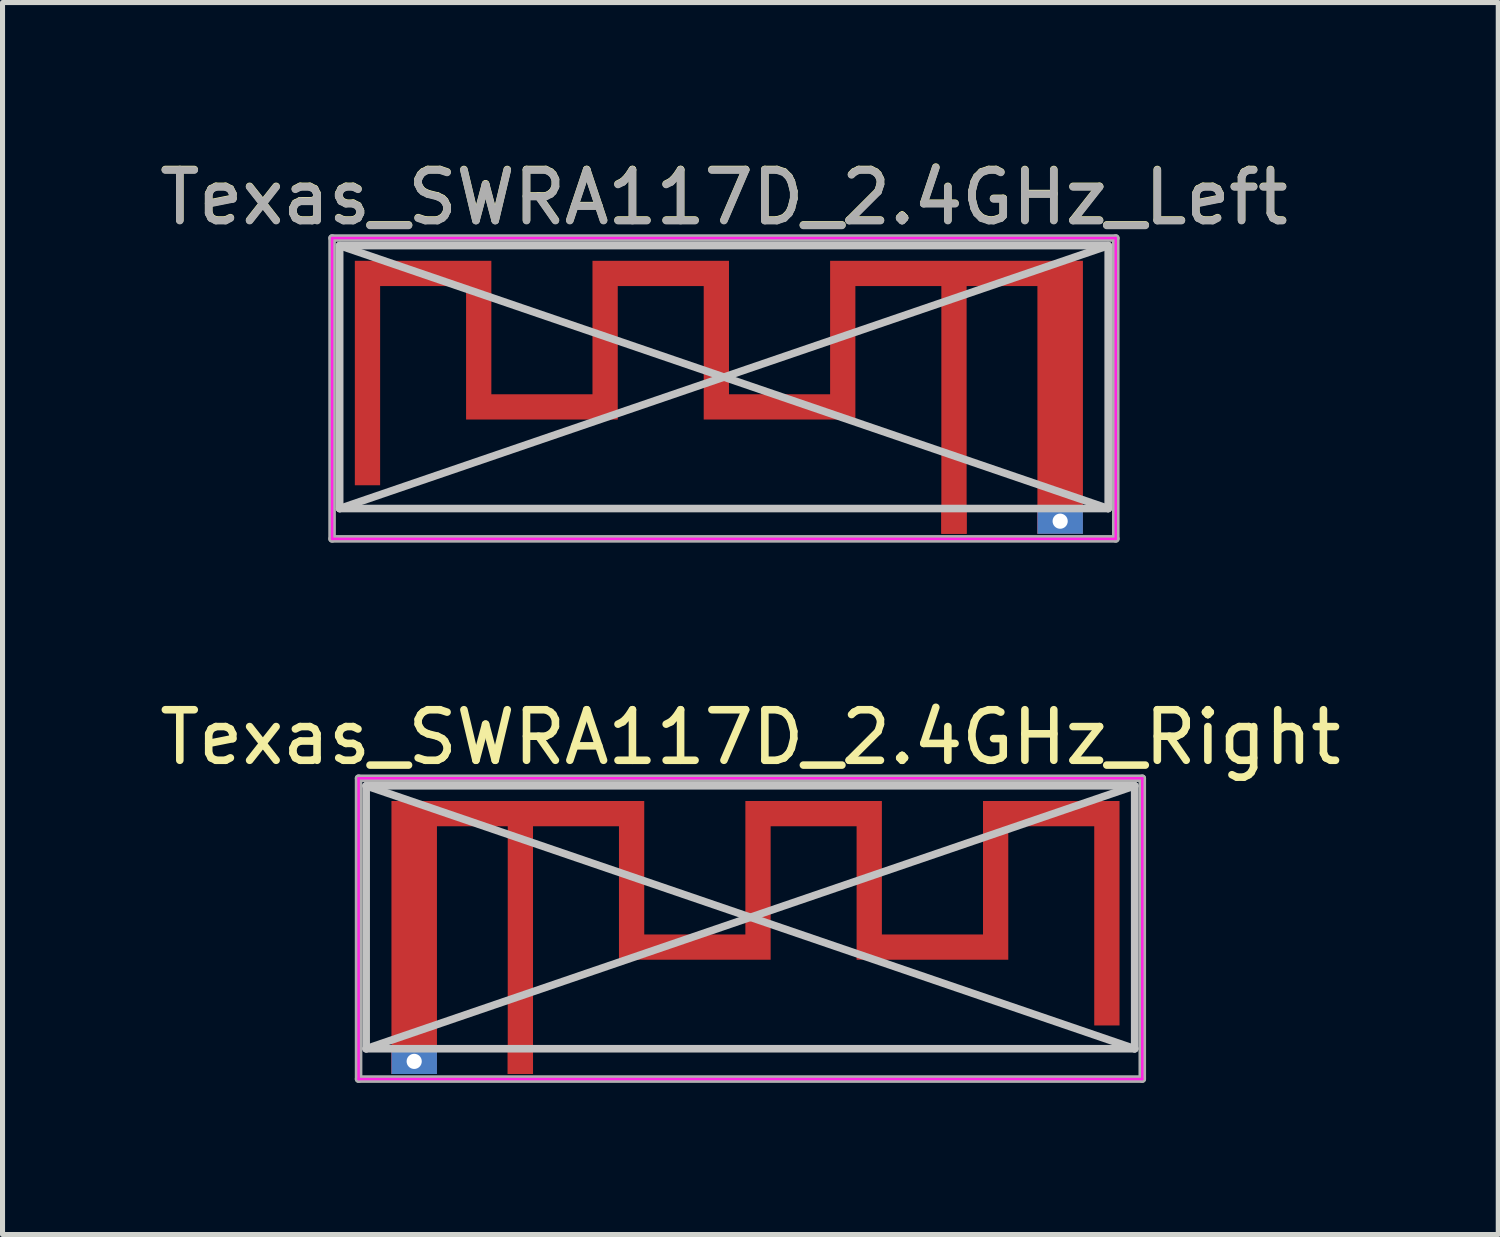
<source format=kicad_pcb>
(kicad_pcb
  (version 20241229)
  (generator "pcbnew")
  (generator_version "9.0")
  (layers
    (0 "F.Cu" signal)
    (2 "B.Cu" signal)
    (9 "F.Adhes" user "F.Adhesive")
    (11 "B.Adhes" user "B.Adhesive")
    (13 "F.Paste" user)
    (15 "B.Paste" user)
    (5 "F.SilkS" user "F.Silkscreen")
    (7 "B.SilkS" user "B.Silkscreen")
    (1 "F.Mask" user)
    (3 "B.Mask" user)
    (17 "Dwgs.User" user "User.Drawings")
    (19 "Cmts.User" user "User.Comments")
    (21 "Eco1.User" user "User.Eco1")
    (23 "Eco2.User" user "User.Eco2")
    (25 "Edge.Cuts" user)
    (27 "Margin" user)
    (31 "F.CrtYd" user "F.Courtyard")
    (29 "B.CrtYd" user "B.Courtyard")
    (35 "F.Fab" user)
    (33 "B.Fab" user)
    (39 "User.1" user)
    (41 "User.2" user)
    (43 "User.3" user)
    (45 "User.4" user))
  (footprint "Texas_SWRA117D_2.4GHz_Right"
    (layer "F.Cu")
    (at 7.242 17.942)
    (property "Reference" "Texas_SWRA117D_2.4GHz_Right" (at 4.55 -6.41 0) (layer "F.SilkS") (effects (font (size 1 1) (thickness 0.15))))
    (attr exclude_from_pos_files exclude_from_bom)
    (fp_poly (pts (xy 2.45 -2.51) (xy 4.45 -2.51) (xy 4.45 -5.15) (xy 7.15 -5.15) (xy 7.15 -2.51) (xy 9.15 -2.51) (xy 9.15 -5.15) (xy 11.85 -5.15) (xy 11.85 -0.71) (xy 11.35 -0.71) (xy 11.35 -4.65) (xy 9.65 -4.65) (xy 9.65 -2.01) (xy 6.65 -2.01) (xy 6.65 -4.65) (xy 4.95 -4.65) (xy 4.95 -2.01) (xy 1.95 -2.01) (xy 1.95 -4.65) (xy 0.25 -4.65) (xy 0.25 0.25) (xy -0.25 0.25) (xy -0.25 -4.65) (xy -1.65 -4.65) (xy -1.65 0.25) (xy -2.55 0.25) (xy -2.55 0.007) (xy -2.248 0.007) (xy -2.238 0.054) (xy -2.214 0.097) (xy -2.176 0.13) (xy -2.168 0.134) (xy -2.125 0.146) (xy -2.077 0.145) (xy -2.031 0.132) (xy -2.013 0.122) (xy -1.979 0.087) (xy -1.958 0.041) (xy -1.952 -0.008) (xy -1.96 -0.056) (xy -1.977 -0.089) (xy -2.012 -0.121) (xy -2.058 -0.141) (xy -2.107 -0.148) (xy -2.155 -0.14) (xy -2.188 -0.123) (xy -2.223 -0.086) (xy -2.243 -0.042) (xy -2.248 0.007) (xy -2.55 0.007) (xy -2.55 -5.15) (xy 2.45 -5.15) (xy 2.45 -2.51)) (stroke (width 0) (type solid)) (fill yes) (layer "F.Cu"))
    (fp_line (start -3.05 -5.45) (end 12.15 -5.45) (stroke (width 0.15) (type solid)) (layer "Dwgs.User"))
    (fp_line (start -3.05 -5.45) (end 12.15 -0.25) (stroke (width 0.15) (type solid)) (layer "Dwgs.User"))
    (fp_line (start -3.05 -0.25) (end -3.05 -5.45) (stroke (width 0.15) (type solid)) (layer "Dwgs.User"))
    (fp_line (start -3.05 -0.25) (end 12.15 -5.45) (stroke (width 0.15) (type solid)) (layer "Dwgs.User"))
    (fp_line (start -3.05 -0.25) (end 12.15 -0.25) (stroke (width 0.15) (type solid)) (layer "Dwgs.User"))
    (fp_line (start 12.15 -0.25) (end 12.15 -5.45) (stroke (width 0.15) (type solid)) (layer "Dwgs.User"))
    (fp_line (start -3.2 -5.6) (end 12.3 -5.6) (stroke (width 0.05) (type solid)) (layer "F.CrtYd"))
    (fp_line (start -3.2 0.35) (end -3.2 -5.6) (stroke (width 0.05) (type solid)) (layer "F.CrtYd"))
    (fp_line (start 12.3 -5.6) (end 12.3 0.35) (stroke (width 0.05) (type solid)) (layer "F.CrtYd"))
    (fp_line (start 12.3 0.35) (end -3.2 0.35) (stroke (width 0.05) (type solid)) (layer "F.CrtYd"))
    (fp_line (start -3.2 -5.6) (end 12.3 -5.6) (stroke (width 0.15) (type solid)) (layer "F.Fab"))
    (fp_line (start -3.2 0.35) (end -3.2 -5.6) (stroke (width 0.15) (type solid)) (layer "F.Fab"))
    (fp_line (start 12.3 -5.6) (end 12.3 0.35) (stroke (width 0.15) (type solid)) (layer "F.Fab"))
    (fp_line (start 12.3 0.35) (end -3.2 0.35) (stroke (width 0.15) (type solid)) (layer "F.Fab"))
    (pad "1" connect rect (at 0 0) (size 0.5 0.5) (layers "F.Cu"))
    (pad "2" thru_hole rect (at -2.1 0) (size 0.9 0.5) (drill 0.3) (layers "*.Cu")))
  (footprint "Texas_SWRA117D_2.4GHz_Left"
    (layer "F.Cu")
    (at 15.818 7.258)
    (property "Reference" "Texas_SWRA117D_2.4GHz_Left" (at -4.55 -6.41 0) (layer "F.SilkS") (effects (font (size 1 1) (thickness 0.15))))
    (attr exclude_from_pos_files exclude_from_bom)
    (fp_poly (pts (xy -2.45 -2.51) (xy -4.45 -2.51) (xy -4.45 -5.15) (xy -7.15 -5.15) (xy -7.15 -2.51) (xy -9.15 -2.51) (xy -9.15 -5.15) (xy -11.85 -5.15) (xy -11.85 -0.71) (xy -11.35 -0.71) (xy -11.35 -4.65) (xy -9.65 -4.65) (xy -9.65 -2.01) (xy -6.65 -2.01) (xy -6.65 -4.65) (xy -4.95 -4.65) (xy -4.95 -2.01) (xy -1.95 -2.01) (xy -1.95 -4.65) (xy -0.25 -4.65) (xy -0.25 0.25) (xy 0.25 0.25) (xy 0.25 -4.65) (xy 1.65 -4.65) (xy 1.65 0.25) (xy 2.55 0.25) (xy 2.55 0.007) (xy 2.248 0.007) (xy 2.238 0.054) (xy 2.214 0.097) (xy 2.176 0.13) (xy 2.168 0.134) (xy 2.125 0.146) (xy 2.077 0.145) (xy 2.031 0.132) (xy 2.013 0.122) (xy 1.979 0.087) (xy 1.958 0.041) (xy 1.952 -0.008) (xy 1.96 -0.056) (xy 1.977 -0.089) (xy 2.012 -0.121) (xy 2.058 -0.141) (xy 2.107 -0.148) (xy 2.155 -0.14) (xy 2.188 -0.123) (xy 2.223 -0.086) (xy 2.243 -0.042) (xy 2.248 0.007) (xy 2.55 0.007) (xy 2.55 -5.15) (xy -2.45 -5.15) (xy -2.45 -2.51)) (stroke (width 0) (type solid)) (fill yes) (layer "F.Cu"))
    (fp_line (start -12.15 -0.25) (end -12.15 -5.45) (stroke (width 0.15) (type solid)) (layer "Dwgs.User"))
    (fp_line (start 3.05 -5.45) (end -12.15 -5.45) (stroke (width 0.15) (type solid)) (layer "Dwgs.User"))
    (fp_line (start 3.05 -5.45) (end -12.15 -0.25) (stroke (width 0.15) (type solid)) (layer "Dwgs.User"))
    (fp_line (start 3.05 -0.25) (end -12.15 -5.45) (stroke (width 0.15) (type solid)) (layer "Dwgs.User"))
    (fp_line (start 3.05 -0.25) (end -12.15 -0.25) (stroke (width 0.15) (type solid)) (layer "Dwgs.User"))
    (fp_line (start 3.05 -0.25) (end 3.05 -5.45) (stroke (width 0.15) (type solid)) (layer "Dwgs.User"))
    (fp_line (start -12.3 -5.6) (end -12.3 0.35) (stroke (width 0.05) (type solid)) (layer "F.CrtYd"))
    (fp_line (start -12.3 0.35) (end 3.2 0.35) (stroke (width 0.05) (type solid)) (layer "F.CrtYd"))
    (fp_line (start 3.2 -5.6) (end -12.3 -5.6) (stroke (width 0.05) (type solid)) (layer "F.CrtYd"))
    (fp_line (start 3.2 0.35) (end 3.2 -5.6) (stroke (width 0.05) (type solid)) (layer "F.CrtYd"))
    (fp_line (start -12.3 -5.6) (end -12.3 0.35) (stroke (width 0.15) (type solid)) (layer "F.Fab"))
    (fp_line (start -12.3 0.35) (end 3.2 0.35) (stroke (width 0.15) (type solid)) (layer "F.Fab"))
    (fp_line (start 3.2 -5.6) (end -12.3 -5.6) (stroke (width 0.15) (type solid)) (layer "F.Fab"))
    (fp_line (start 3.2 0.35) (end 3.2 -5.6) (stroke (width 0.15) (type solid)) (layer "F.Fab"))
    (fp_text user "${REFERENCE}" (at -4.55 -6.4 0) (layer "F.Fab") (effects (font (size 1 1) (thickness 0.15))))
    (pad "1" connect rect (at 0 0) (size 0.5 0.5) (layers "F.Cu"))
    (pad "2" thru_hole rect (at 2.1 0) (size 0.9 0.5) (drill 0.3) (layers "*.Cu")))
  (gr_rect
    (start -3 -3)
    (end 26.583 21.366)
    (stroke (width 0.1) (type default))
    (fill no)
    (layer "Edge.Cuts")))
</source>
